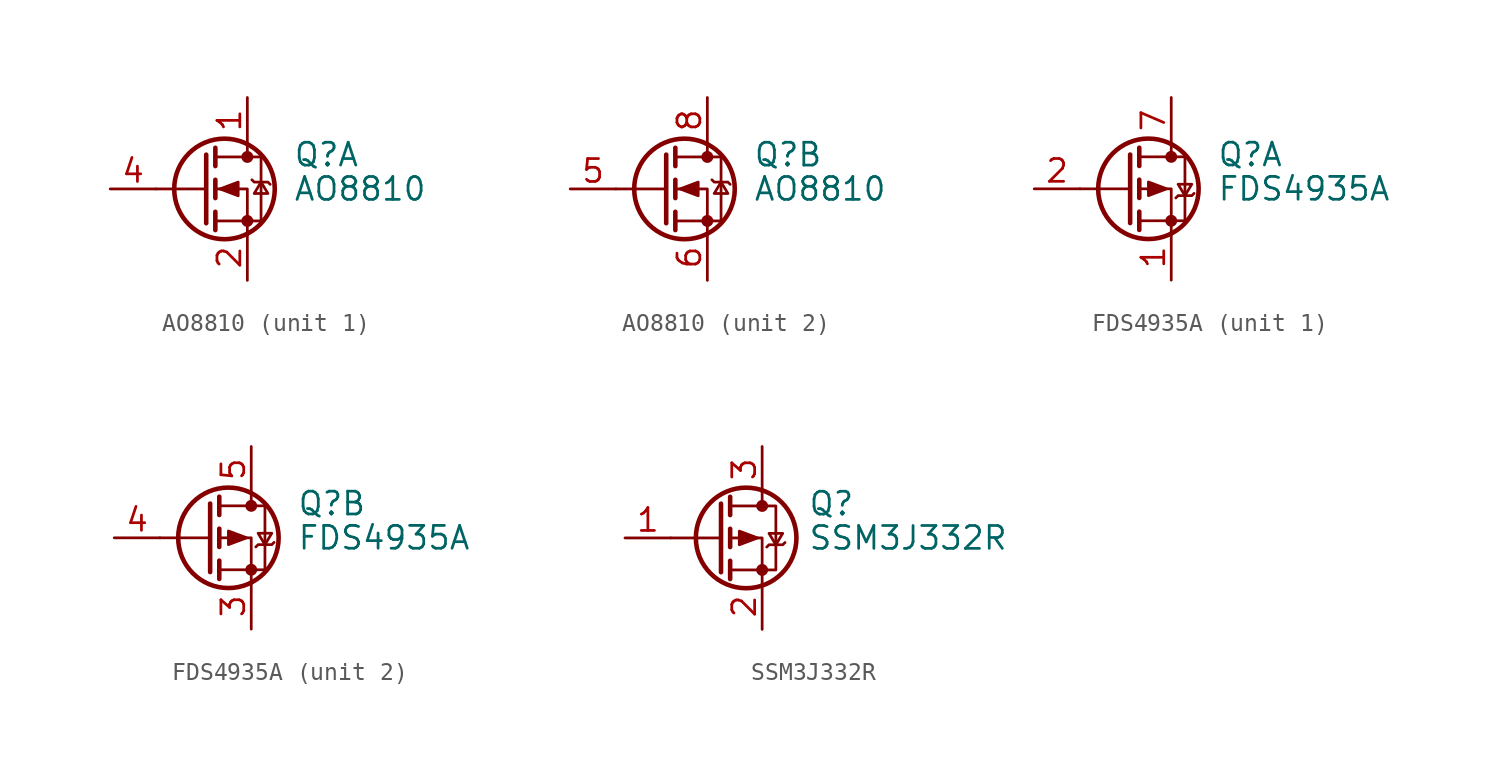
<source format=kicad_sym>
(kicad_symbol_lib
  (version 20231120)
  (generator "kicad_symbol_editor")
  (generator_version "8.0")
  (symbol "AO8810"
    (pin_names hide)
    (property "Reference" "Q"
      (at 5.08 1.905 0)
      (effects (font (size 1.27 1.27)) (justify left)))
    (property "Value" "AO8810"
      (at 5.08 0 0)
      (effects (font (size 1.27 1.27)) (justify left)))
    (symbol "AO8810_0_1"
      (polyline (pts (xy 0.254 0) (xy -2.54 0)) (stroke (width 0) (type default)) (fill (type none)))
      (polyline (pts (xy 0.254 1.905) (xy 0.254 -1.905)) (stroke (width 0.254) (type default)) (fill (type none)))
      (polyline (pts (xy 0.762 -1.27) (xy 0.762 -2.286)) (stroke (width 0.254) (type default)) (fill (type none)))
      (polyline (pts (xy 0.762 0.508) (xy 0.762 -0.508)) (stroke (width 0.254) (type default)) (fill (type none)))
      (polyline (pts (xy 0.762 2.286) (xy 0.762 1.27)) (stroke (width 0.254) (type default)) (fill (type none)))
      (polyline (pts (xy 2.54 2.54) (xy 2.54 1.778)) (stroke (width 0) (type default)) (fill (type none)))
      (polyline (pts (xy 2.54 -2.54) (xy 2.54 0) (xy 0.762 0)) (stroke (width 0) (type default)) (fill (type none)))
      (polyline (pts (xy 0.762 -1.778) (xy 3.302 -1.778) (xy 3.302 1.778) (xy 0.762 1.778)) (stroke (width 0) (type default)) (fill (type none)))
      (circle (center 1.27 0) (radius 2.794) (stroke (width 0.254) (type default)) (fill (type none)))
      (circle (center 2.54 -1.778) (radius 0.254) (stroke (width 0) (type default)) (fill (type outline)))
      (circle (center 2.54 1.778) (radius 0.254) (stroke (width 0) (type default)) (fill (type outline))))
    (symbol "AO8810_1_1"
      (polyline (pts (xy 1.016 0) (xy 2.032 0.381) (xy 2.032 -0.381) (xy 1.016 0)) (stroke (width 0) (type default)) (fill (type outline)))
      (polyline (pts (xy 2.794 0.508) (xy 2.921 0.381) (xy 3.683 0.381) (xy 3.81 0.254)) (stroke (width 0) (type default)) (fill (type none)))
      (polyline (pts (xy 3.302 0.381) (xy 2.921 -0.254) (xy 3.683 -0.254) (xy 3.302 0.381)) (stroke (width 0) (type default)) (fill (type none)))
      (pin passive line (at 2.54 5.08 270) (length 2.54) (name "D" (effects (font (size 1.27 1.27)))) (number "1" (effects (font (size 1.27 1.27)))))
      (pin passive line (at 2.54 -5.08 90) (length 2.54) (name "S" (effects (font (size 1.27 1.27)))) (number "2" (effects (font (size 1.27 1.27)))))
      (pin passive line (at 2.54 -5.08 90) (length 2.54) hide (name "S" (effects (font (size 1.27 1.27)))) (number "3" (effects (font (size 1.27 1.27)))))
      (pin input line (at -5.08 0 0) (length 2.54) (name "G" (effects (font (size 1.27 1.27)))) (number "4" (effects (font (size 1.27 1.27))))))
    (symbol "AO8810_2_1"
      (polyline (pts (xy 1.016 0) (xy 2.032 0.381) (xy 2.032 -0.381) (xy 1.016 0)) (stroke (width 0) (type default)) (fill (type outline)))
      (polyline (pts (xy 2.794 0.508) (xy 2.921 0.381) (xy 3.683 0.381) (xy 3.81 0.254)) (stroke (width 0) (type default)) (fill (type none)))
      (polyline (pts (xy 3.302 0.381) (xy 2.921 -0.254) (xy 3.683 -0.254) (xy 3.302 0.381)) (stroke (width 0) (type default)) (fill (type none)))
      (pin input line (at -5.08 0 0) (length 2.54) (name "G" (effects (font (size 1.27 1.27)))) (number "5" (effects (font (size 1.27 1.27)))))
      (pin passive line (at 2.54 -5.08 90) (length 2.54) (name "S" (effects (font (size 1.27 1.27)))) (number "6" (effects (font (size 1.27 1.27)))))
      (pin passive line (at 2.54 -5.08 90) (length 2.54) hide (name "S" (effects (font (size 1.27 1.27)))) (number "7" (effects (font (size 1.27 1.27)))))
      (pin passive line (at 2.54 5.08 270) (length 2.54) (name "D" (effects (font (size 1.27 1.27)))) (number "8" (effects (font (size 1.27 1.27)))))))
  (symbol "FDS4935A"
    (pin_names hide)
    (property "Reference" "Q"
      (at 5.08 1.905 0)
      (effects (font (size 1.27 1.27)) (justify left)))
    (property "Value" "FDS4935A"
      (at 5.08 0 0)
      (effects (font (size 1.27 1.27)) (justify left)))
    (symbol "FDS4935A_0_1"
      (polyline (pts (xy 0.254 0) (xy -2.54 0)) (stroke (width 0) (type default)) (fill (type none)))
      (polyline (pts (xy 0.254 1.905) (xy 0.254 -1.905)) (stroke (width 0.254) (type default)) (fill (type none)))
      (polyline (pts (xy 0.762 -1.27) (xy 0.762 -2.286)) (stroke (width 0.254) (type default)) (fill (type none)))
      (polyline (pts (xy 0.762 0.508) (xy 0.762 -0.508)) (stroke (width 0.254) (type default)) (fill (type none)))
      (polyline (pts (xy 0.762 2.286) (xy 0.762 1.27)) (stroke (width 0.254) (type default)) (fill (type none)))
      (polyline (pts (xy 2.54 2.54) (xy 2.54 1.778)) (stroke (width 0) (type default)) (fill (type none)))
      (polyline (pts (xy 2.54 -2.54) (xy 2.54 0) (xy 0.762 0)) (stroke (width 0) (type default)) (fill (type none)))
      (polyline (pts (xy 0.762 -1.778) (xy 3.302 -1.778) (xy 3.302 1.778) (xy 0.762 1.778)) (stroke (width 0) (type default)) (fill (type none)))
      (circle (center 1.27 0) (radius 2.794) (stroke (width 0.254) (type default)) (fill (type none)))
      (circle (center 2.54 -1.778) (radius 0.254) (stroke (width 0) (type default)) (fill (type outline)))
      (circle (center 2.54 1.778) (radius 0.254) (stroke (width 0) (type default)) (fill (type outline))))
    (symbol "FDS4935A_1_1"
      (polyline (pts (xy 2.286 0) (xy 1.27 0.381) (xy 1.27 -0.381) (xy 2.286 0)) (stroke (width 0) (type default)) (fill (type outline)))
      (polyline (pts (xy 2.794 -0.508) (xy 2.921 -0.381) (xy 3.683 -0.381) (xy 3.81 -0.254)) (stroke (width 0) (type default)) (fill (type none)))
      (polyline (pts (xy 3.302 -0.381) (xy 2.921 0.254) (xy 3.683 0.254) (xy 3.302 -0.381)) (stroke (width 0) (type default)) (fill (type none)))
      (pin passive line (at 2.54 -5.08 90) (length 2.54) (name "S" (effects (font (size 1.27 1.27)))) (number "1" (effects (font (size 1.27 1.27)))))
      (pin input line (at -5.08 0 0) (length 2.54) (name "G" (effects (font (size 1.27 1.27)))) (number "2" (effects (font (size 1.27 1.27)))))
      (pin passive line (at 2.54 5.08 270) (length 2.54) (name "D" (effects (font (size 1.27 1.27)))) (number "7" (effects (font (size 1.27 1.27)))))
      (pin passive line (at 2.54 5.08 270) (length 2.54) hide (name "D" (effects (font (size 1.27 1.27)))) (number "8" (effects (font (size 1.27 1.27))))))
    (symbol "FDS4935A_2_1"
      (polyline (pts (xy 2.286 0) (xy 1.27 0.381) (xy 1.27 -0.381) (xy 2.286 0)) (stroke (width 0) (type default)) (fill (type outline)))
      (polyline (pts (xy 2.794 -0.508) (xy 2.921 -0.381) (xy 3.683 -0.381) (xy 3.81 -0.254)) (stroke (width 0) (type default)) (fill (type none)))
      (polyline (pts (xy 3.302 -0.381) (xy 2.921 0.254) (xy 3.683 0.254) (xy 3.302 -0.381)) (stroke (width 0) (type default)) (fill (type none)))
      (pin passive line (at 2.54 -5.08 90) (length 2.54) (name "S" (effects (font (size 1.27 1.27)))) (number "3" (effects (font (size 1.27 1.27)))))
      (pin input line (at -5.08 0 0) (length 2.54) (name "G" (effects (font (size 1.27 1.27)))) (number "4" (effects (font (size 1.27 1.27)))))
      (pin passive line (at 2.54 5.08 270) (length 2.54) (name "D" (effects (font (size 1.27 1.27)))) (number "5" (effects (font (size 1.27 1.27)))))
      (pin passive line (at 2.54 5.08 270) (length 2.54) hide (name "D" (effects (font (size 1.27 1.27)))) (number "6" (effects (font (size 1.27 1.27)))))))
  (symbol "SSM3J332R"
    (pin_names hide)
    (property "Reference" "Q"
      (at 5.08 1.905 0)
      (effects (font (size 1.27 1.27)) (justify left)))
    (property "Value" "SSM3J332R"
      (at 5.08 0 0)
      (effects (font (size 1.27 1.27)) (justify left)))
    (symbol "SSM3J332R_0_1"
      (polyline (pts (xy 0.254 0) (xy -2.54 0)) (stroke (width 0) (type default)) (fill (type none)))
      (polyline (pts (xy 0.254 1.905) (xy 0.254 -1.905)) (stroke (width 0.254) (type default)) (fill (type none)))
      (polyline (pts (xy 0.762 -1.27) (xy 0.762 -2.286)) (stroke (width 0.254) (type default)) (fill (type none)))
      (polyline (pts (xy 0.762 0.508) (xy 0.762 -0.508)) (stroke (width 0.254) (type default)) (fill (type none)))
      (polyline (pts (xy 0.762 2.286) (xy 0.762 1.27)) (stroke (width 0.254) (type default)) (fill (type none)))
      (polyline (pts (xy 2.54 2.54) (xy 2.54 1.778)) (stroke (width 0) (type default)) (fill (type none)))
      (polyline (pts (xy 2.54 -2.54) (xy 2.54 0) (xy 0.762 0)) (stroke (width 0) (type default)) (fill (type none)))
      (polyline (pts (xy 0.762 1.778) (xy 3.302 1.778) (xy 3.302 -1.778) (xy 0.762 -1.778)) (stroke (width 0) (type default)) (fill (type none)))
      (polyline (pts (xy 2.286 0) (xy 1.27 0.381) (xy 1.27 -0.381) (xy 2.286 0)) (stroke (width 0) (type default)) (fill (type outline)))
      (polyline (pts (xy 2.794 -0.508) (xy 2.921 -0.381) (xy 3.683 -0.381) (xy 3.81 -0.254)) (stroke (width 0) (type default)) (fill (type none)))
      (polyline (pts (xy 3.302 -0.381) (xy 2.921 0.254) (xy 3.683 0.254) (xy 3.302 -0.381)) (stroke (width 0) (type default)) (fill (type none)))
      (circle (center 1.651 0) (radius 2.794) (stroke (width 0.254) (type default)) (fill (type none)))
      (circle (center 2.54 -1.778) (radius 0.254) (stroke (width 0) (type default)) (fill (type outline)))
      (circle (center 2.54 1.778) (radius 0.254) (stroke (width 0) (type default)) (fill (type outline))))
    (symbol "SSM3J332R_1_1"
      (pin input line (at -5.08 0 0) (length 2.54) (name "G" (effects (font (size 1.27 1.27)))) (number "1" (effects (font (size 1.27 1.27)))))
      (pin passive line (at 2.54 -5.08 90) (length 2.54) (name "S" (effects (font (size 1.27 1.27)))) (number "2" (effects (font (size 1.27 1.27)))))
      (pin passive line (at 2.54 5.08 270) (length 2.54) (name "D" (effects (font (size 1.27 1.27)))) (number "3" (effects (font (size 1.27 1.27))))))))
</source>
